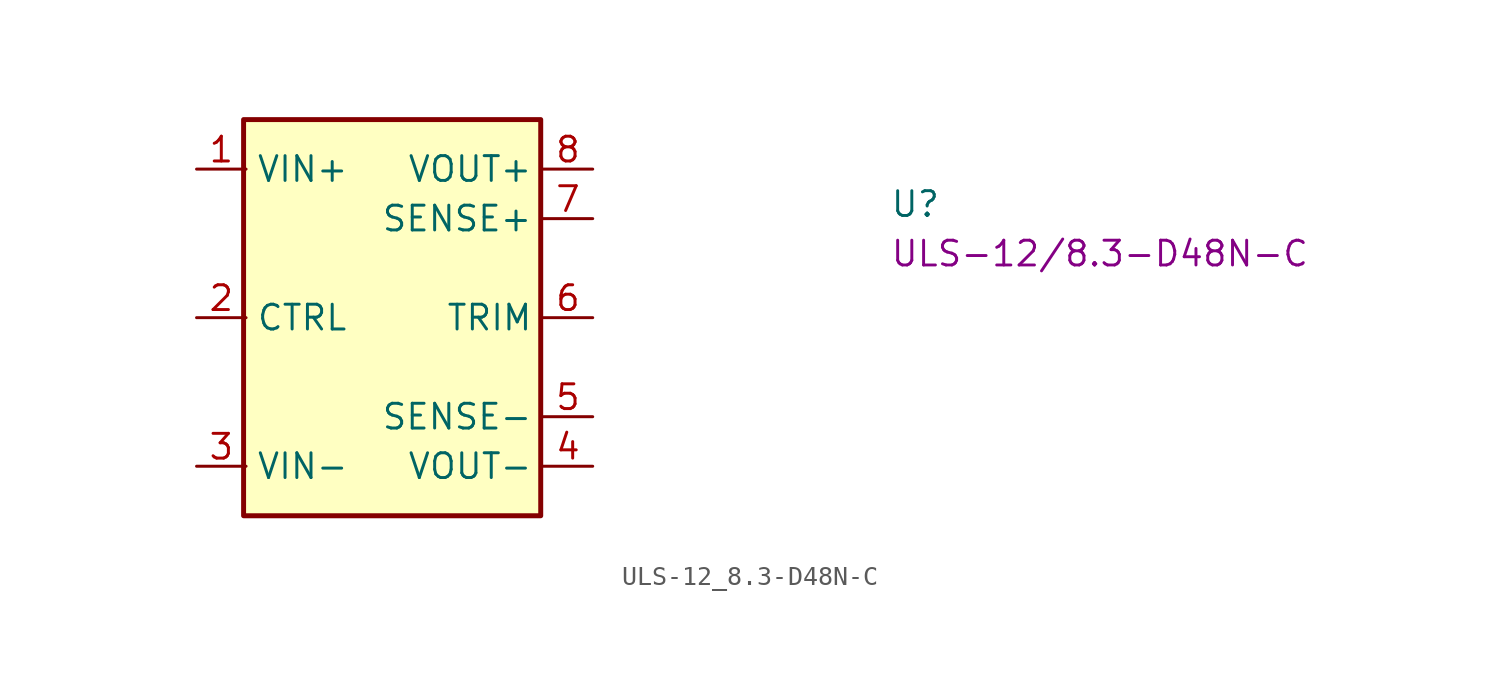
<source format=kicad_sym>
(kicad_symbol_lib
  (version 20220914)
  (generator kicad_symbol_editor)
  (symbol "ULS-12_8.3-D48N-C"
    (property "Reference" "U"
      (at 35.56 -2.54 0)
      (effects (font (size 1.27 1.27) (thickness 0.15)) (justify left bottom)))
    (property "MPN" "ULS-12/8.3-D48N-C"
      (at 35.56 -5.08 0)
      (effects (font (size 1.27 1.27) (thickness 0.15)) (justify left bottom)))
    (symbol "ULS-12_8.3-D48N-C_1_1"
      (rectangle (start 2.413 2.54) (end 17.653 -17.78) (stroke (width 0.254) (type default)) (fill (type background)))
      (pin power_in line (at 0 0 0) (length 2.54) (name "VIN+" (effects (font (size 1.27 1.27)))) (number "1" (effects (font (size 1.27 1.27)))))
      (pin input line (at 0 -7.62 0) (length 2.54) (name "CTRL" (effects (font (size 1.27 1.27)))) (number "2" (effects (font (size 1.27 1.27)))))
      (pin power_in line (at 0 -15.24 0) (length 2.54) (name "VIN-" (effects (font (size 1.27 1.27)))) (number "3" (effects (font (size 1.27 1.27)))))
      (pin power_out line (at 20.32 -15.24 180) (length 2.54) (name "VOUT-" (effects (font (size 1.27 1.27)))) (number "4" (effects (font (size 1.27 1.27)))))
      (pin passive line (at 20.32 -12.7 180) (length 2.54) (name "SENSE-" (effects (font (size 1.27 1.27)))) (number "5" (effects (font (size 1.27 1.27)))))
      (pin input line (at 20.32 -7.62 180) (length 2.54) (name "TRIM" (effects (font (size 1.27 1.27)))) (number "6" (effects (font (size 1.27 1.27)))))
      (pin passive line (at 20.32 -2.54 180) (length 2.54) (name "SENSE+" (effects (font (size 1.27 1.27)))) (number "7" (effects (font (size 1.27 1.27)))))
      (pin power_out line (at 20.32 0 180) (length 2.54) (name "VOUT+" (effects (font (size 1.27 1.27)))) (number "8" (effects (font (size 1.27 1.27))))))))
</source>
